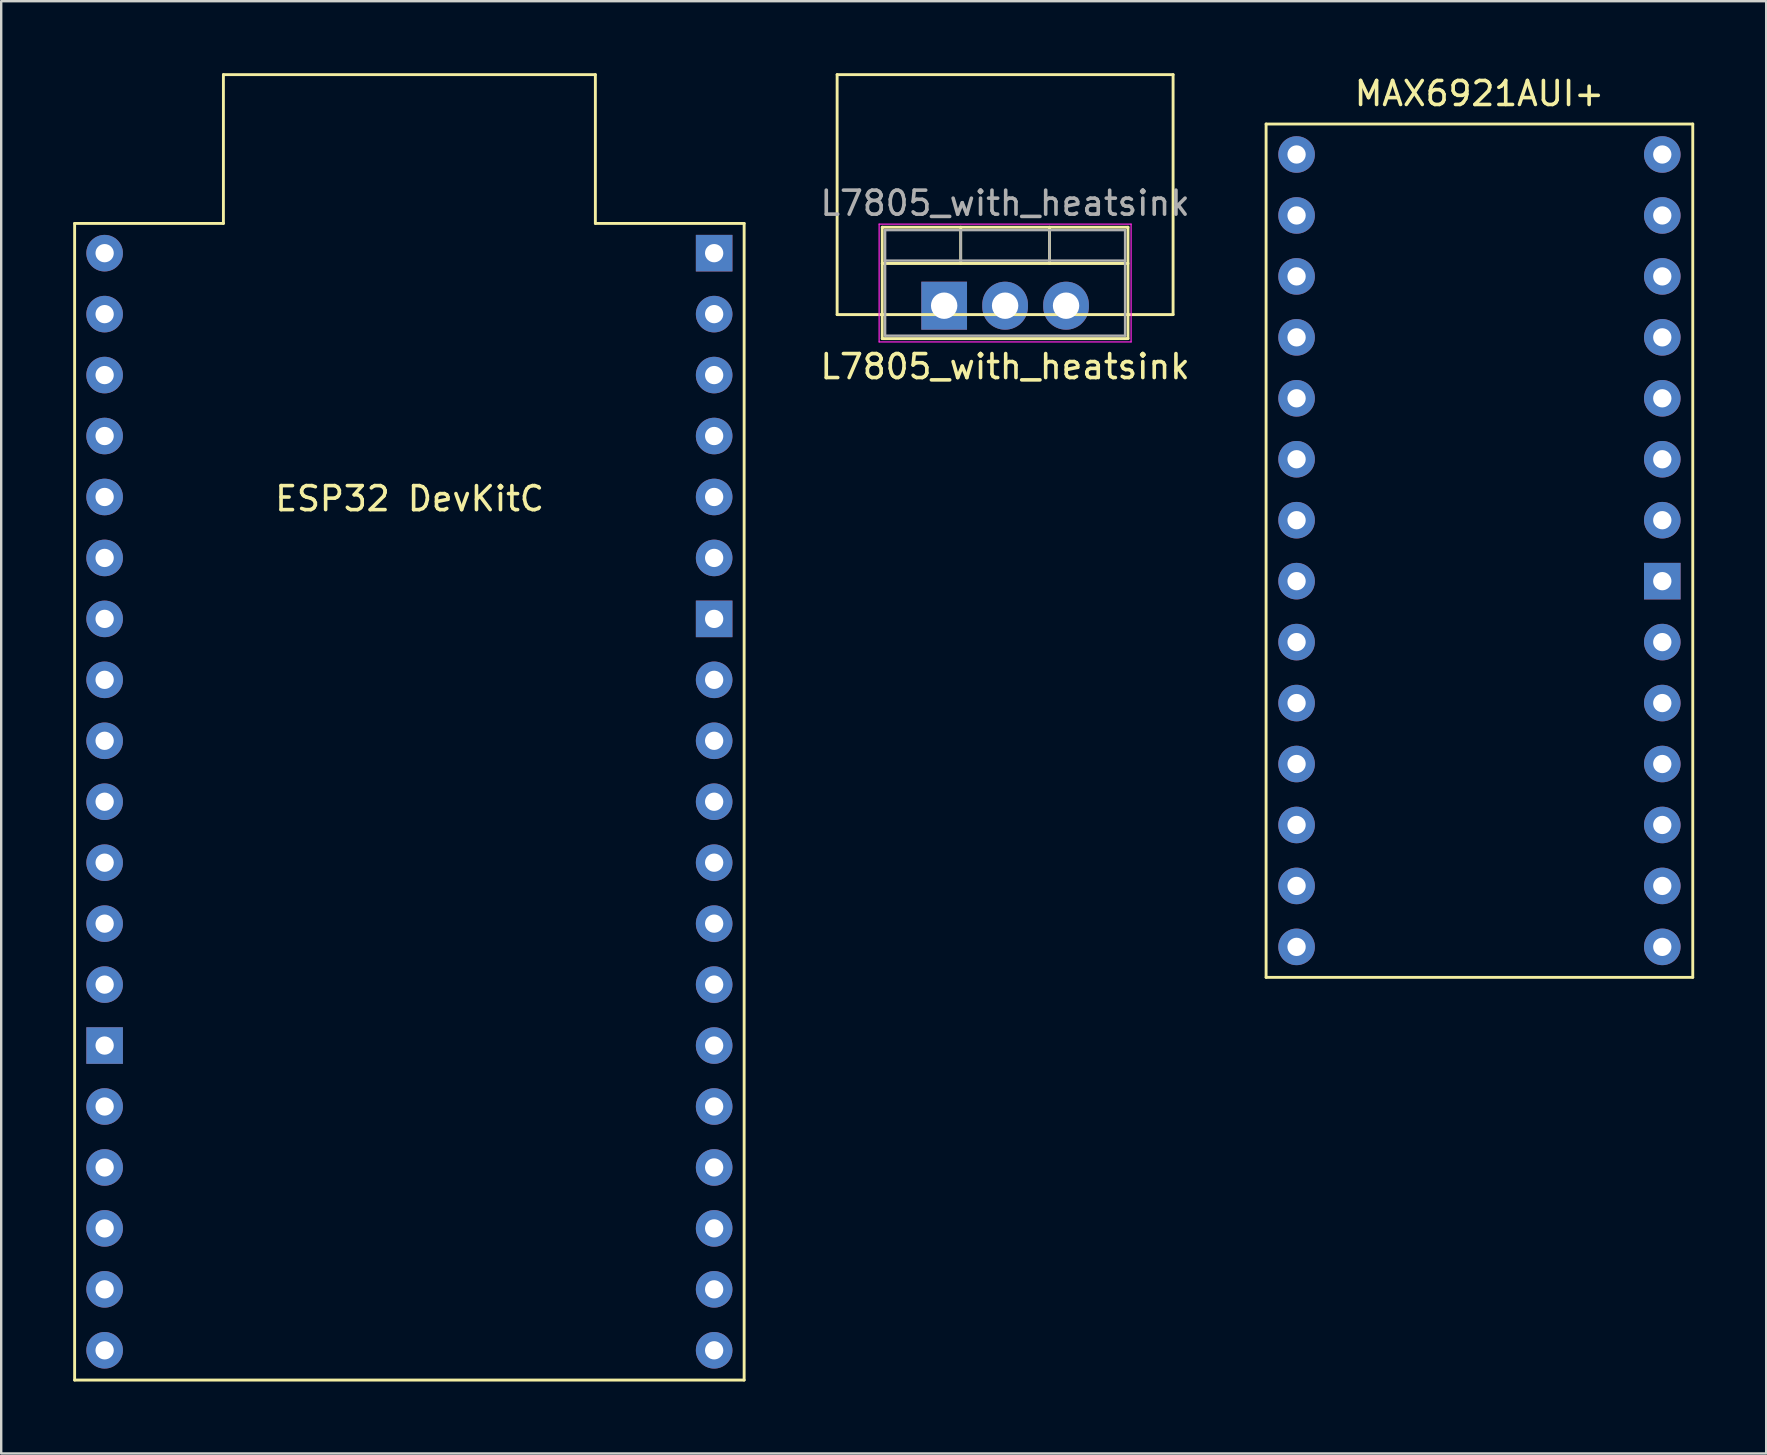
<source format=kicad_pcb>
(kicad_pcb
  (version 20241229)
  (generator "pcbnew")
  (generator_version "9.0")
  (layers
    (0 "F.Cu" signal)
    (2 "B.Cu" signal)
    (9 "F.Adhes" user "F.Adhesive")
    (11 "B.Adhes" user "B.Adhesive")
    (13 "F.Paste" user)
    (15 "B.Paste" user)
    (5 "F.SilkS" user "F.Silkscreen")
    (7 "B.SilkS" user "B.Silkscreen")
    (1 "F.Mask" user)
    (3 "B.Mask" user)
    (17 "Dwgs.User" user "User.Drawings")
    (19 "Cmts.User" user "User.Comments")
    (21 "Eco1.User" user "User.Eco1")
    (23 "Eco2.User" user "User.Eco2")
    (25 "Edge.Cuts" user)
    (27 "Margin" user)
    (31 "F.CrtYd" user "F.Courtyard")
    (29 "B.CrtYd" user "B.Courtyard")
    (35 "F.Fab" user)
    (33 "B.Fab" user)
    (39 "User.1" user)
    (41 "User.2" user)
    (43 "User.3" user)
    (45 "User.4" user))
  (footprint "MAX6921AUI+"
    (layer "F.Cu")
    (at 58.601 21.168)
    (property "Reference" "MAX6921AUI+" (at 0 -20.32 0) (layer "F.SilkS") (effects (font (size 1 1) (thickness 0.15))))
    (attr through_hole)
    (fp_line (start -8.89 16.51) (end -8.89 -19.05) (stroke (width 0.12) (type solid)) (layer "F.SilkS"))
    (fp_line (start -8.89 16.51) (end 8.89 16.51) (stroke (width 0.12) (type solid)) (layer "F.SilkS"))
    (fp_line (start 8.89 -19.05) (end -8.89 -19.05) (stroke (width 0.12) (type solid)) (layer "F.SilkS"))
    (fp_line (start 8.89 16.51) (end 8.89 -19.05) (stroke (width 0.12) (type solid)) (layer "F.SilkS"))
    (pad "1" thru_hole circle (at -7.62 -17.78) (size 1.524 1.524) (drill 0.762) (layers "*.Cu" "*.Mask"))
    (pad "2" thru_hole circle (at -7.62 -15.24) (size 1.524 1.524) (drill 0.762) (layers "*.Cu" "*.Mask"))
    (pad "3" thru_hole circle (at -7.62 -12.7) (size 1.524 1.524) (drill 0.762) (layers "*.Cu" "*.Mask"))
    (pad "4" thru_hole circle (at -7.62 -10.16) (size 1.524 1.524) (drill 0.762) (layers "*.Cu" "*.Mask"))
    (pad "5" thru_hole circle (at -7.62 -7.62) (size 1.524 1.524) (drill 0.762) (layers "*.Cu" "*.Mask"))
    (pad "6" thru_hole circle (at -7.62 -5.08) (size 1.524 1.524) (drill 0.762) (layers "*.Cu" "*.Mask"))
    (pad "7" thru_hole circle (at -7.62 -2.54) (size 1.524 1.524) (drill 0.762) (layers "*.Cu" "*.Mask"))
    (pad "8" thru_hole circle (at -7.62 0) (size 1.524 1.524) (drill 0.762) (layers "*.Cu" "*.Mask"))
    (pad "9" thru_hole circle (at -7.62 2.54) (size 1.524 1.524) (drill 0.762) (layers "*.Cu" "*.Mask"))
    (pad "10" thru_hole circle (at -7.62 5.08) (size 1.524 1.524) (drill 0.762) (layers "*.Cu" "*.Mask"))
    (pad "11" thru_hole circle (at -7.62 7.62) (size 1.524 1.524) (drill 0.762) (layers "*.Cu" "*.Mask"))
    (pad "12" thru_hole circle (at -7.62 10.16) (size 1.524 1.524) (drill 0.762) (layers "*.Cu" "*.Mask"))
    (pad "13" thru_hole circle (at -7.62 12.7) (size 1.524 1.524) (drill 0.762) (layers "*.Cu" "*.Mask"))
    (pad "14" thru_hole circle (at -7.62 15.24) (size 1.524 1.524) (drill 0.762) (layers "*.Cu" "*.Mask"))
    (pad "15" thru_hole circle (at 7.62 15.24) (size 1.524 1.524) (drill 0.762) (layers "*.Cu" "*.Mask"))
    (pad "16" thru_hole circle (at 7.62 12.7) (size 1.524 1.524) (drill 0.762) (layers "*.Cu" "*.Mask"))
    (pad "17" thru_hole circle (at 7.62 10.16) (size 1.524 1.524) (drill 0.762) (layers "*.Cu" "*.Mask"))
    (pad "18" thru_hole circle (at 7.62 7.62) (size 1.524 1.524) (drill 0.762) (layers "*.Cu" "*.Mask"))
    (pad "19" thru_hole circle (at 7.62 5.08) (size 1.524 1.524) (drill 0.762) (layers "*.Cu" "*.Mask"))
    (pad "20" thru_hole circle (at 7.62 2.54) (size 1.524 1.524) (drill 0.762) (layers "*.Cu" "*.Mask"))
    (pad "21" thru_hole rect (at 7.62 0) (size 1.524 1.524) (drill 0.762) (layers "*.Cu" "*.Mask"))
    (pad "22" thru_hole circle (at 7.62 -2.54) (size 1.524 1.524) (drill 0.762) (layers "*.Cu" "*.Mask"))
    (pad "23" thru_hole circle (at 7.62 -5.08) (size 1.524 1.524) (drill 0.762) (layers "*.Cu" "*.Mask"))
    (pad "24" thru_hole circle (at 7.62 -7.62) (size 1.524 1.524) (drill 0.762) (layers "*.Cu" "*.Mask"))
    (pad "25" thru_hole circle (at 7.62 -10.16) (size 1.524 1.524) (drill 0.762) (layers "*.Cu" "*.Mask"))
    (pad "26" thru_hole circle (at 7.62 -12.7) (size 1.524 1.524) (drill 0.762) (layers "*.Cu" "*.Mask"))
    (pad "27" thru_hole circle (at 7.62 -15.24) (size 1.524 1.524) (drill 0.762) (layers "*.Cu" "*.Mask"))
    (pad "28" thru_hole circle (at 7.62 -17.78) (size 1.524 1.524) (drill 0.762) (layers "*.Cu" "*.Mask")))
  (footprint "L7805_with_heatsink"
    (layer "F.Cu")
    (at 36.295 9.689)
    (property "Reference" "L7805_with_heatsink" (at 2.54 2.54 180) (layer "F.SilkS") (effects (font (size 1 1) (thickness 0.15))))
    (attr through_hole)
    (fp_line (start -4.46 -9.629) (end 9.54 -9.629) (stroke (width 0.12) (type solid)) (layer "F.SilkS"))
    (fp_line (start -4.46 0.371) (end -4.46 -9.629) (stroke (width 0.12) (type solid)) (layer "F.SilkS"))
    (fp_line (start -4.46 0.371) (end 9.54 0.371) (stroke (width 0.12) (type solid)) (layer "F.SilkS"))
    (fp_line (start -2.58 -3.27) (end -2.58 1.371) (stroke (width 0.12) (type solid)) (layer "F.SilkS"))
    (fp_line (start -2.58 -3.27) (end 7.66 -3.27) (stroke (width 0.12) (type solid)) (layer "F.SilkS"))
    (fp_line (start -2.58 -1.76) (end 7.66 -1.76) (stroke (width 0.12) (type solid)) (layer "F.SilkS"))
    (fp_line (start -2.58 1.371) (end 7.66 1.371) (stroke (width 0.12) (type solid)) (layer "F.SilkS"))
    (fp_line (start 0.69 -3.27) (end 0.69 -1.76) (stroke (width 0.12) (type solid)) (layer "F.SilkS"))
    (fp_line (start 4.391 -3.27) (end 4.391 -1.76) (stroke (width 0.12) (type solid)) (layer "F.SilkS"))
    (fp_line (start 7.66 -3.27) (end 7.66 1.371) (stroke (width 0.12) (type solid)) (layer "F.SilkS"))
    (fp_line (start 9.54 0.371) (end 9.54 -9.629) (stroke (width 0.12) (type solid)) (layer "F.SilkS"))
    (fp_line (start -2.71 -3.4) (end -2.71 1.51) (stroke (width 0.05) (type solid)) (layer "F.CrtYd"))
    (fp_line (start -2.71 1.51) (end 7.79 1.51) (stroke (width 0.05) (type solid)) (layer "F.CrtYd"))
    (fp_line (start 7.79 -3.4) (end -2.71 -3.4) (stroke (width 0.05) (type solid)) (layer "F.CrtYd"))
    (fp_line (start 7.79 1.51) (end 7.79 -3.4) (stroke (width 0.05) (type solid)) (layer "F.CrtYd"))
    (fp_line (start -2.46 -3.15) (end -2.46 1.25) (stroke (width 0.1) (type solid)) (layer "F.Fab"))
    (fp_line (start -2.46 -1.88) (end 7.54 -1.88) (stroke (width 0.1) (type solid)) (layer "F.Fab"))
    (fp_line (start -2.46 1.25) (end 7.54 1.25) (stroke (width 0.1) (type solid)) (layer "F.Fab"))
    (fp_line (start 0.69 -3.15) (end 0.69 -1.88) (stroke (width 0.1) (type solid)) (layer "F.Fab"))
    (fp_line (start 4.39 -3.15) (end 4.39 -1.88) (stroke (width 0.1) (type solid)) (layer "F.Fab"))
    (fp_line (start 7.54 -3.15) (end -2.46 -3.15) (stroke (width 0.1) (type solid)) (layer "F.Fab"))
    (fp_line (start 7.54 1.25) (end 7.54 -3.15) (stroke (width 0.1) (type solid)) (layer "F.Fab"))
    (fp_text user "${REFERENCE}" (at 2.54 -4.27 180) (layer "F.Fab") (effects (font (size 1 1) (thickness 0.15))))
    (pad "1" thru_hole rect (at 0 0) (size 1.905 2) (drill 1.1) (layers "*.Cu" "*.Mask"))
    (pad "2" thru_hole oval (at 2.54 0) (size 1.905 2) (drill 1.1) (layers "*.Cu" "*.Mask"))
    (pad "3" thru_hole oval (at 5.08 0) (size 1.905 2) (drill 1.1) (layers "*.Cu" "*.Mask")))
  (footprint "ESP32 DevKitC"
    (layer "F.Cu")
    (at 14.01 30.36)
    (property "Reference" "ESP32 DevKitC" (at 0.01 -12.629 0) (layer "F.SilkS") (effects (font (size 1 1) (thickness 0.15))))
    (attr through_hole)
    (fp_line (start -13.95 -24.1) (end -13.95 24.1) (stroke (width 0.12) (type solid)) (layer "F.SilkS"))
    (fp_line (start -13.95 24.1) (end 13.95 24.1) (stroke (width 0.12) (type solid)) (layer "F.SilkS"))
    (fp_line (start -7.75 -30.3) (end -7.75 -24.1) (stroke (width 0.12) (type solid)) (layer "F.SilkS"))
    (fp_line (start -7.75 -24.1) (end -13.95 -24.1) (stroke (width 0.12) (type solid)) (layer "F.SilkS"))
    (fp_line (start 7.75 -30.3) (end -7.75 -30.3) (stroke (width 0.12) (type solid)) (layer "F.SilkS"))
    (fp_line (start 7.75 -24.1) (end 7.75 -30.3) (stroke (width 0.12) (type solid)) (layer "F.SilkS"))
    (fp_line (start 13.95 -24.1) (end 7.75 -24.1) (stroke (width 0.12) (type solid)) (layer "F.SilkS"))
    (fp_line (start 13.95 24.1) (end 13.95 -24.1) (stroke (width 0.12) (type solid)) (layer "F.SilkS"))
    (pad "J2_1" thru_hole circle (at -12.7 -22.86) (size 1.524 1.524) (drill 0.762) (layers "*.Cu" "*.Mask"))
    (pad "J2_2" thru_hole circle (at -12.7 -20.32 180) (size 1.524 1.524) (drill 0.762) (layers "*.Cu" "*.Mask"))
    (pad "J2_3" thru_hole circle (at -12.7 -17.78) (size 1.524 1.524) (drill 0.762) (layers "*.Cu" "*.Mask"))
    (pad "J2_4" thru_hole circle (at -12.7 -15.24) (size 1.524 1.524) (drill 0.762) (layers "*.Cu" "*.Mask"))
    (pad "J2_5" thru_hole circle (at -12.7 -12.7) (size 1.524 1.524) (drill 0.762) (layers "*.Cu" "*.Mask"))
    (pad "J2_6" thru_hole circle (at -12.7 -10.16) (size 1.524 1.524) (drill 0.762) (layers "*.Cu" "*.Mask"))
    (pad "J2_7" thru_hole circle (at -12.7 -7.62) (size 1.524 1.524) (drill 0.762) (layers "*.Cu" "*.Mask"))
    (pad "J2_8" thru_hole circle (at -12.7 -5.08) (size 1.524 1.524) (drill 0.762) (layers "*.Cu" "*.Mask"))
    (pad "J2_9" thru_hole circle (at -12.7 -2.54) (size 1.524 1.524) (drill 0.762) (layers "*.Cu" "*.Mask"))
    (pad "J2_10" thru_hole circle (at -12.7 0) (size 1.524 1.524) (drill 0.762) (layers "*.Cu" "*.Mask"))
    (pad "J2_11" thru_hole circle (at -12.7 2.54) (size 1.524 1.524) (drill 0.762) (layers "*.Cu" "*.Mask"))
    (pad "J2_12" thru_hole circle (at -12.7 5.08) (size 1.524 1.524) (drill 0.762) (layers "*.Cu" "*.Mask"))
    (pad "J2_13" thru_hole circle (at -12.7 7.62) (size 1.524 1.524) (drill 0.762) (layers "*.Cu" "*.Mask"))
    (pad "J2_14" thru_hole rect (at -12.7 10.16) (size 1.524 1.524) (drill 0.762) (layers "*.Cu" "*.Mask"))
    (pad "J2_15" thru_hole circle (at -12.7 12.7) (size 1.524 1.524) (drill 0.762) (layers "*.Cu" "*.Mask"))
    (pad "J2_16" thru_hole circle (at -12.7 15.24) (size 1.524 1.524) (drill 0.762) (layers "*.Cu" "*.Mask"))
    (pad "J2_17" thru_hole circle (at -12.7 17.78) (size 1.524 1.524) (drill 0.762) (layers "*.Cu" "*.Mask"))
    (pad "J2_18" thru_hole circle (at -12.7 20.32) (size 1.524 1.524) (drill 0.762) (layers "*.Cu" "*.Mask"))
    (pad "J2_19" thru_hole circle (at -12.7 22.86) (size 1.524 1.524) (drill 0.762) (layers "*.Cu" "*.Mask"))
    (pad "J3_1" thru_hole rect (at 12.7 -22.86) (size 1.524 1.524) (drill 0.762) (layers "*.Cu" "*.Mask"))
    (pad "J3_2" thru_hole circle (at 12.7 -20.32 180) (size 1.524 1.524) (drill 0.762) (layers "*.Cu" "*.Mask"))
    (pad "J3_3" thru_hole circle (at 12.7 -17.78 90) (size 1.524 1.524) (drill 0.762) (layers "*.Cu" "*.Mask"))
    (pad "J3_4" thru_hole circle (at 12.7 -15.24) (size 1.524 1.524) (drill 0.762) (layers "*.Cu" "*.Mask"))
    (pad "J3_5" thru_hole circle (at 12.7 -12.7) (size 1.524 1.524) (drill 0.762) (layers "*.Cu" "*.Mask"))
    (pad "J3_6" thru_hole circle (at 12.7 -10.16) (size 1.524 1.524) (drill 0.762) (layers "*.Cu" "*.Mask"))
    (pad "J3_7" thru_hole rect (at 12.7 -7.62) (size 1.524 1.524) (drill 0.762) (layers "*.Cu" "*.Mask"))
    (pad "J3_8" thru_hole circle (at 12.7 -5.08) (size 1.524 1.524) (drill 0.762) (layers "*.Cu" "*.Mask"))
    (pad "J3_9" thru_hole circle (at 12.7 -2.54) (size 1.524 1.524) (drill 0.762) (layers "*.Cu" "*.Mask"))
    (pad "J3_10" thru_hole circle (at 12.7 0) (size 1.524 1.524) (drill 0.762) (layers "*.Cu" "*.Mask"))
    (pad "J3_11" thru_hole circle (at 12.7 2.54) (size 1.524 1.524) (drill 0.762) (layers "*.Cu" "*.Mask"))
    (pad "J3_12" thru_hole circle (at 12.7 5.08) (size 1.524 1.524) (drill 0.762) (layers "*.Cu" "*.Mask"))
    (pad "J3_13" thru_hole circle (at 12.7 7.62) (size 1.524 1.524) (drill 0.762) (layers "*.Cu" "*.Mask"))
    (pad "J3_14" thru_hole circle (at 12.7 10.16) (size 1.524 1.524) (drill 0.762) (layers "*.Cu" "*.Mask"))
    (pad "J3_15" thru_hole circle (at 12.7 12.7) (size 1.524 1.524) (drill 0.762) (layers "*.Cu" "*.Mask"))
    (pad "J3_16" thru_hole circle (at 12.7 15.24) (size 1.524 1.524) (drill 0.762) (layers "*.Cu" "*.Mask"))
    (pad "J3_17" thru_hole circle (at 12.7 17.78) (size 1.524 1.524) (drill 0.762) (layers "*.Cu" "*.Mask"))
    (pad "J3_18" thru_hole circle (at 12.7 20.32) (size 1.524 1.524) (drill 0.762) (layers "*.Cu" "*.Mask"))
    (pad "J3_19" thru_hole circle (at 12.7 22.86) (size 1.524 1.524) (drill 0.762) (layers "*.Cu" "*.Mask")))
  (gr_rect
    (start -3 -3)
    (end 70.551 57.52)
    (stroke (width 0.1) (type default))
    (fill no)
    (layer "Edge.Cuts")))
</source>
